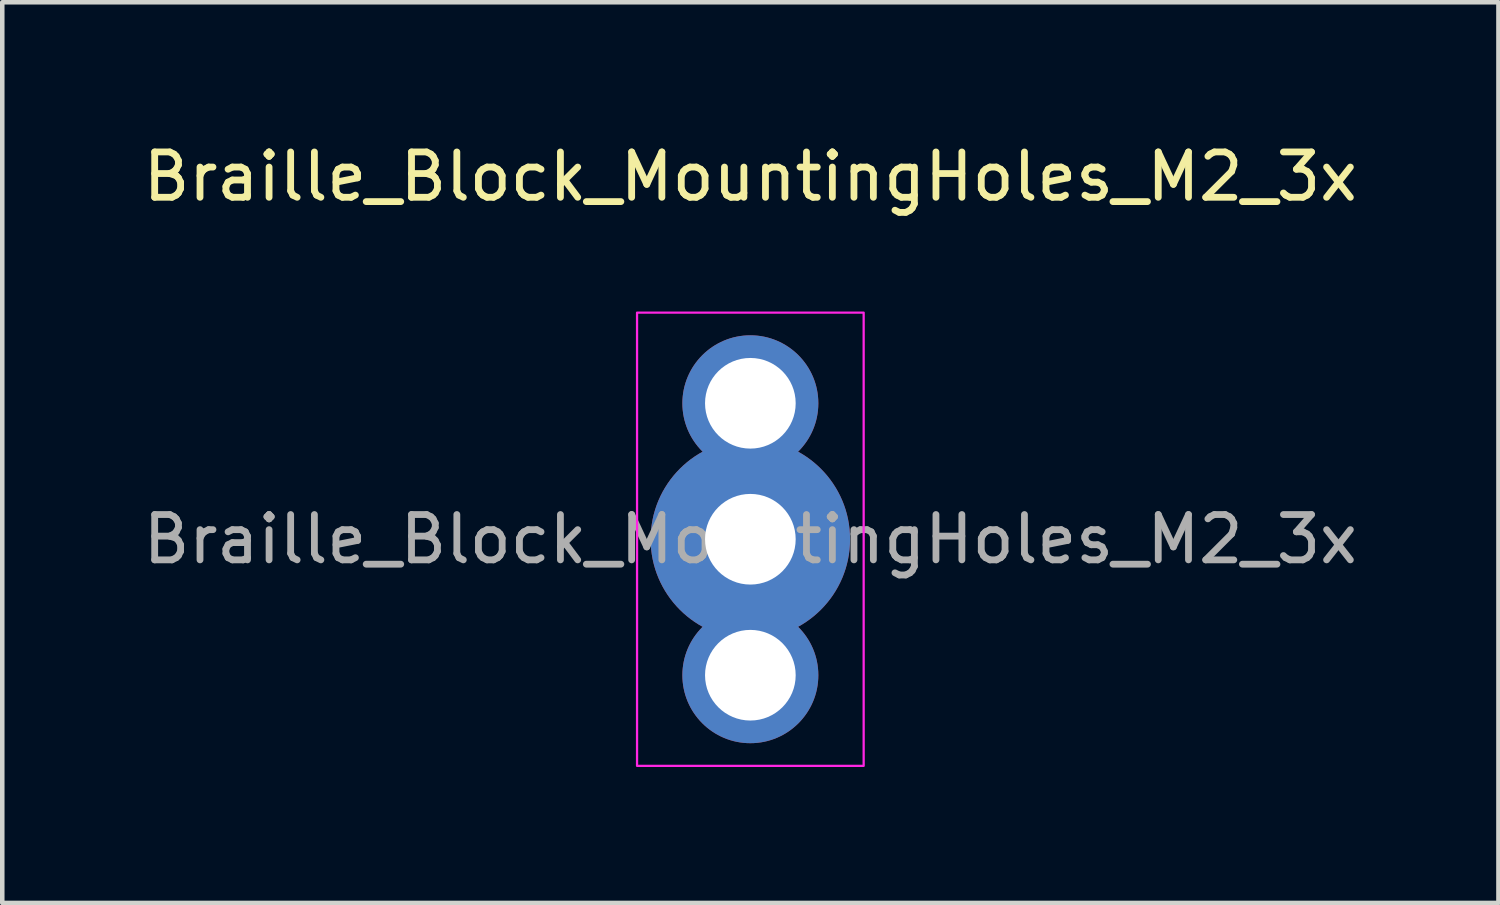
<source format=kicad_pcb>
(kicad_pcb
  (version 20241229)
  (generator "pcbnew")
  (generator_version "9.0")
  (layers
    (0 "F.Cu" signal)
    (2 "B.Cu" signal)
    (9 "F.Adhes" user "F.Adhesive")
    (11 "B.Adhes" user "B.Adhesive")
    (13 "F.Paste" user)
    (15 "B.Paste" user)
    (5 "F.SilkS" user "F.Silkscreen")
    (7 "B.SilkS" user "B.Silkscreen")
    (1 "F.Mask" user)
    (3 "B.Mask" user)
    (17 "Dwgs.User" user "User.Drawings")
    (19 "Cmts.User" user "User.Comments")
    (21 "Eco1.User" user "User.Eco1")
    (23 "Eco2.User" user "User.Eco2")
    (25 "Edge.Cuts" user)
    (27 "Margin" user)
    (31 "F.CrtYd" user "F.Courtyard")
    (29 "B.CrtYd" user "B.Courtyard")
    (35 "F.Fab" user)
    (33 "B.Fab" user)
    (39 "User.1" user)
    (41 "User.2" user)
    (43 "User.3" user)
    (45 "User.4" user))
  (footprint "Braille_Block_MountingHoles_M2_3x"
    (layer "F.Cu")
    (at 13.506 8.848)
    (property "Reference" "Braille_Block_MountingHoles_M2_3x" (at 0 -8 0) (layer "F.SilkS") (effects (font (size 1 1) (thickness 0.15))))
    (attr exclude_from_pos_files exclude_from_bom)
    (fp_rect (start -2.5 -5) (end 2.5 5) (stroke (width 0.05) (type default)) (fill no) (layer "F.CrtYd"))
    (fp_text user "${REFERENCE}" (at 0 0 0) (layer "F.Fab") (effects (font (size 1 1) (thickness 0.15))))
    (pad "1" thru_hole circle (at 0 -3) (size 3 3) (drill 2) (layers "*.Cu" "*.Mask"))
    (pad "1" thru_hole circle (at 0 0) (size 4.4 4.4) (drill 2) (layers "*.Cu" "*.Mask"))
    (pad "1" thru_hole circle (at 0 3) (size 3 3) (drill 2) (layers "*.Cu" "*.Mask")))
  (gr_rect
    (start -3 -3)
    (end 30.012 16.873)
    (stroke (width 0.1) (type default))
    (fill no)
    (layer "Edge.Cuts")))
</source>
